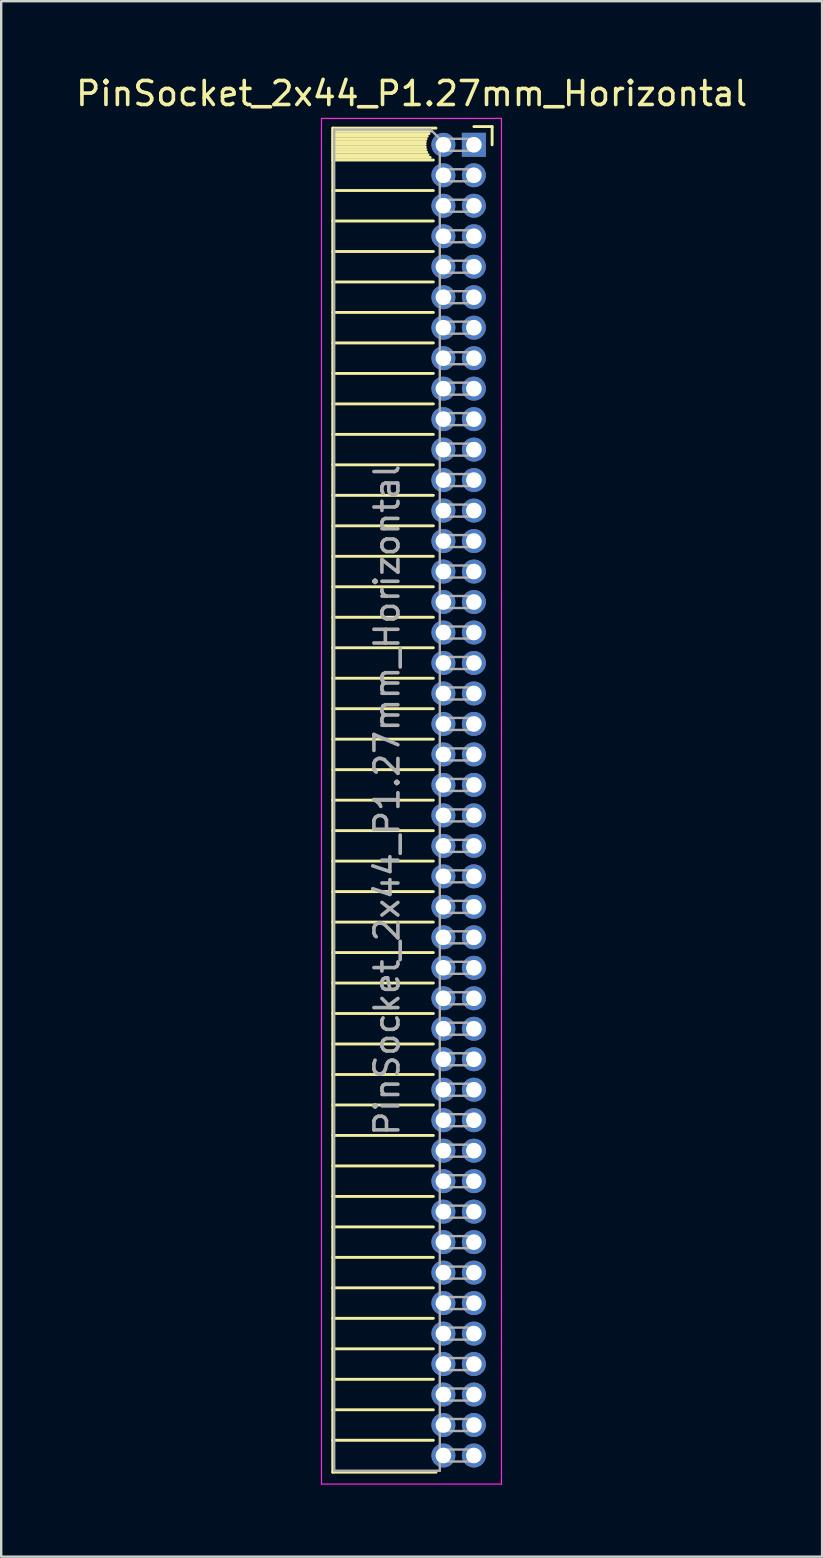
<source format=kicad_pcb>
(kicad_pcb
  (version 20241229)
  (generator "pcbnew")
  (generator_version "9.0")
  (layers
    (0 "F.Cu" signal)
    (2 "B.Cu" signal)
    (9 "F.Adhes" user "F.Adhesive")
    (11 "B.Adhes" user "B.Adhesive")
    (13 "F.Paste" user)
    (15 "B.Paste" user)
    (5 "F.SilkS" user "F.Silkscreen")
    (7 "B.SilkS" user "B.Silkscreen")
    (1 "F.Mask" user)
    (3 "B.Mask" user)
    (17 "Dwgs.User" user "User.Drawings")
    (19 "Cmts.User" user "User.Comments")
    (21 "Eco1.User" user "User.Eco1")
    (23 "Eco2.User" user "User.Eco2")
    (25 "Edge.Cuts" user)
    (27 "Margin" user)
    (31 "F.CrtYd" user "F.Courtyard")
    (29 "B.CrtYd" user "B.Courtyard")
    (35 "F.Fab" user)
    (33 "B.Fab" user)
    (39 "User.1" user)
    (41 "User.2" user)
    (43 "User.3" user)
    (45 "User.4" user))
  (footprint "PinSocket_2x44_P1.27mm_Horizontal"
    (layer "F.Cu")
    (at 16.694 2.983)
    (property "Reference" "PinSocket_2x44_P1.27mm_Horizontal" (at -2.592 -2.135 0) (layer "F.SilkS") (effects (font (size 1 1) (thickness 0.15))))
    (attr through_hole)
    (fp_line (start -5.88 -0.695) (end -5.88 55.305) (stroke (width 0.12) (type solid)) (layer "F.SilkS"))
    (fp_line (start -5.88 -0.695) (end -1.578 -0.695) (stroke (width 0.12) (type solid)) (layer "F.SilkS"))
    (fp_line (start -5.88 -0.575) (end -1.767 -0.575) (stroke (width 0.12) (type solid)) (layer "F.SilkS"))
    (fp_line (start -5.88 -0.465) (end -1.871 -0.465) (stroke (width 0.12) (type solid)) (layer "F.SilkS"))
    (fp_line (start -5.88 -0.355) (end -1.942 -0.355) (stroke (width 0.12) (type solid)) (layer "F.SilkS"))
    (fp_line (start -5.88 -0.245) (end -1.989 -0.245) (stroke (width 0.12) (type solid)) (layer "F.SilkS"))
    (fp_line (start -5.88 -0.135) (end -2.018 -0.135) (stroke (width 0.12) (type solid)) (layer "F.SilkS"))
    (fp_line (start -5.88 -0.025) (end -2.03 -0.025) (stroke (width 0.12) (type solid)) (layer "F.SilkS"))
    (fp_line (start -5.88 0.085) (end -2.025 0.085) (stroke (width 0.12) (type solid)) (layer "F.SilkS"))
    (fp_line (start -5.88 0.195) (end -2.005 0.195) (stroke (width 0.12) (type solid)) (layer "F.SilkS"))
    (fp_line (start -5.88 0.305) (end -1.966 0.305) (stroke (width 0.12) (type solid)) (layer "F.SilkS"))
    (fp_line (start -5.88 0.415) (end -1.907 0.415) (stroke (width 0.12) (type solid)) (layer "F.SilkS"))
    (fp_line (start -5.88 0.525) (end -1.82 0.525) (stroke (width 0.12) (type solid)) (layer "F.SilkS"))
    (fp_line (start -5.88 0.635) (end -1.688 0.635) (stroke (width 0.12) (type solid)) (layer "F.SilkS"))
    (fp_line (start -5.88 1.905) (end -1.688 1.905) (stroke (width 0.12) (type solid)) (layer "F.SilkS"))
    (fp_line (start -5.88 3.175) (end -1.688 3.175) (stroke (width 0.12) (type solid)) (layer "F.SilkS"))
    (fp_line (start -5.88 4.445) (end -1.688 4.445) (stroke (width 0.12) (type solid)) (layer "F.SilkS"))
    (fp_line (start -5.88 5.715) (end -1.688 5.715) (stroke (width 0.12) (type solid)) (layer "F.SilkS"))
    (fp_line (start -5.88 6.985) (end -1.688 6.985) (stroke (width 0.12) (type solid)) (layer "F.SilkS"))
    (fp_line (start -5.88 8.255) (end -1.688 8.255) (stroke (width 0.12) (type solid)) (layer "F.SilkS"))
    (fp_line (start -5.88 9.525) (end -1.688 9.525) (stroke (width 0.12) (type solid)) (layer "F.SilkS"))
    (fp_line (start -5.88 10.795) (end -1.688 10.795) (stroke (width 0.12) (type solid)) (layer "F.SilkS"))
    (fp_line (start -5.88 12.065) (end -1.688 12.065) (stroke (width 0.12) (type solid)) (layer "F.SilkS"))
    (fp_line (start -5.88 13.335) (end -1.688 13.335) (stroke (width 0.12) (type solid)) (layer "F.SilkS"))
    (fp_line (start -5.88 14.605) (end -1.688 14.605) (stroke (width 0.12) (type solid)) (layer "F.SilkS"))
    (fp_line (start -5.88 15.875) (end -1.688 15.875) (stroke (width 0.12) (type solid)) (layer "F.SilkS"))
    (fp_line (start -5.88 17.145) (end -1.688 17.145) (stroke (width 0.12) (type solid)) (layer "F.SilkS"))
    (fp_line (start -5.88 18.415) (end -1.688 18.415) (stroke (width 0.12) (type solid)) (layer "F.SilkS"))
    (fp_line (start -5.88 19.685) (end -1.688 19.685) (stroke (width 0.12) (type solid)) (layer "F.SilkS"))
    (fp_line (start -5.88 20.955) (end -1.688 20.955) (stroke (width 0.12) (type solid)) (layer "F.SilkS"))
    (fp_line (start -5.88 22.225) (end -1.688 22.225) (stroke (width 0.12) (type solid)) (layer "F.SilkS"))
    (fp_line (start -5.88 23.495) (end -1.688 23.495) (stroke (width 0.12) (type solid)) (layer "F.SilkS"))
    (fp_line (start -5.88 24.765) (end -1.688 24.765) (stroke (width 0.12) (type solid)) (layer "F.SilkS"))
    (fp_line (start -5.88 26.035) (end -1.688 26.035) (stroke (width 0.12) (type solid)) (layer "F.SilkS"))
    (fp_line (start -5.88 27.305) (end -1.688 27.305) (stroke (width 0.12) (type solid)) (layer "F.SilkS"))
    (fp_line (start -5.88 28.575) (end -1.688 28.575) (stroke (width 0.12) (type solid)) (layer "F.SilkS"))
    (fp_line (start -5.88 29.845) (end -1.688 29.845) (stroke (width 0.12) (type solid)) (layer "F.SilkS"))
    (fp_line (start -5.88 31.115) (end -1.688 31.115) (stroke (width 0.12) (type solid)) (layer "F.SilkS"))
    (fp_line (start -5.88 32.385) (end -1.688 32.385) (stroke (width 0.12) (type solid)) (layer "F.SilkS"))
    (fp_line (start -5.88 33.655) (end -1.688 33.655) (stroke (width 0.12) (type solid)) (layer "F.SilkS"))
    (fp_line (start -5.88 34.925) (end -1.688 34.925) (stroke (width 0.12) (type solid)) (layer "F.SilkS"))
    (fp_line (start -5.88 36.195) (end -1.688 36.195) (stroke (width 0.12) (type solid)) (layer "F.SilkS"))
    (fp_line (start -5.88 37.465) (end -1.688 37.465) (stroke (width 0.12) (type solid)) (layer "F.SilkS"))
    (fp_line (start -5.88 38.735) (end -1.688 38.735) (stroke (width 0.12) (type solid)) (layer "F.SilkS"))
    (fp_line (start -5.88 40.005) (end -1.688 40.005) (stroke (width 0.12) (type solid)) (layer "F.SilkS"))
    (fp_line (start -5.88 41.275) (end -1.688 41.275) (stroke (width 0.12) (type solid)) (layer "F.SilkS"))
    (fp_line (start -5.88 42.545) (end -1.688 42.545) (stroke (width 0.12) (type solid)) (layer "F.SilkS"))
    (fp_line (start -5.88 43.815) (end -1.688 43.815) (stroke (width 0.12) (type solid)) (layer "F.SilkS"))
    (fp_line (start -5.88 45.085) (end -1.688 45.085) (stroke (width 0.12) (type solid)) (layer "F.SilkS"))
    (fp_line (start -5.88 46.355) (end -1.688 46.355) (stroke (width 0.12) (type solid)) (layer "F.SilkS"))
    (fp_line (start -5.88 47.625) (end -1.688 47.625) (stroke (width 0.12) (type solid)) (layer "F.SilkS"))
    (fp_line (start -5.88 48.895) (end -1.688 48.895) (stroke (width 0.12) (type solid)) (layer "F.SilkS"))
    (fp_line (start -5.88 50.165) (end -1.688 50.165) (stroke (width 0.12) (type solid)) (layer "F.SilkS"))
    (fp_line (start -5.88 51.435) (end -1.688 51.435) (stroke (width 0.12) (type solid)) (layer "F.SilkS"))
    (fp_line (start -5.88 52.705) (end -1.688 52.705) (stroke (width 0.12) (type solid)) (layer "F.SilkS"))
    (fp_line (start -5.88 53.975) (end -1.688 53.975) (stroke (width 0.12) (type solid)) (layer "F.SilkS"))
    (fp_line (start -5.88 55.305) (end -1.578 55.305) (stroke (width 0.12) (type solid)) (layer "F.SilkS"))
    (fp_line (start 0 -0.76) (end 0.76 -0.76) (stroke (width 0.12) (type solid)) (layer "F.SilkS"))
    (fp_line (start 0.76 -0.76) (end 0.76 0) (stroke (width 0.12) (type solid)) (layer "F.SilkS"))
    (fp_line (start -6.35 -1.1) (end -6.35 55.8) (stroke (width 0.05) (type solid)) (layer "F.CrtYd"))
    (fp_line (start -6.35 55.8) (end 1.15 55.8) (stroke (width 0.05) (type solid)) (layer "F.CrtYd"))
    (fp_line (start 1.15 -1.1) (end -6.35 -1.1) (stroke (width 0.05) (type solid)) (layer "F.CrtYd"))
    (fp_line (start 1.15 55.8) (end 1.15 -1.1) (stroke (width 0.05) (type solid)) (layer "F.CrtYd"))
    (fp_line (start -5.82 -0.635) (end -1.805 -0.635) (stroke (width 0.1) (type solid)) (layer "F.Fab"))
    (fp_line (start -5.82 55.245) (end -5.82 -0.635) (stroke (width 0.1) (type solid)) (layer "F.Fab"))
    (fp_line (start -1.805 -0.635) (end -1.42 -0.25) (stroke (width 0.1) (type solid)) (layer "F.Fab"))
    (fp_line (start -1.42 -0.25) (end -1.42 55.245) (stroke (width 0.1) (type solid)) (layer "F.Fab"))
    (fp_line (start -1.42 0.25) (end 0 0.25) (stroke (width 0.1) (type solid)) (layer "F.Fab"))
    (fp_line (start -1.42 1.52) (end 0 1.52) (stroke (width 0.1) (type solid)) (layer "F.Fab"))
    (fp_line (start -1.42 2.79) (end 0 2.79) (stroke (width 0.1) (type solid)) (layer "F.Fab"))
    (fp_line (start -1.42 4.06) (end 0 4.06) (stroke (width 0.1) (type solid)) (layer "F.Fab"))
    (fp_line (start -1.42 5.33) (end 0 5.33) (stroke (width 0.1) (type solid)) (layer "F.Fab"))
    (fp_line (start -1.42 6.6) (end 0 6.6) (stroke (width 0.1) (type solid)) (layer "F.Fab"))
    (fp_line (start -1.42 7.87) (end 0 7.87) (stroke (width 0.1) (type solid)) (layer "F.Fab"))
    (fp_line (start -1.42 9.14) (end 0 9.14) (stroke (width 0.1) (type solid)) (layer "F.Fab"))
    (fp_line (start -1.42 10.41) (end 0 10.41) (stroke (width 0.1) (type solid)) (layer "F.Fab"))
    (fp_line (start -1.42 11.68) (end 0 11.68) (stroke (width 0.1) (type solid)) (layer "F.Fab"))
    (fp_line (start -1.42 12.95) (end 0 12.95) (stroke (width 0.1) (type solid)) (layer "F.Fab"))
    (fp_line (start -1.42 14.22) (end 0 14.22) (stroke (width 0.1) (type solid)) (layer "F.Fab"))
    (fp_line (start -1.42 15.49) (end 0 15.49) (stroke (width 0.1) (type solid)) (layer "F.Fab"))
    (fp_line (start -1.42 16.76) (end 0 16.76) (stroke (width 0.1) (type solid)) (layer "F.Fab"))
    (fp_line (start -1.42 18.03) (end 0 18.03) (stroke (width 0.1) (type solid)) (layer "F.Fab"))
    (fp_line (start -1.42 19.3) (end 0 19.3) (stroke (width 0.1) (type solid)) (layer "F.Fab"))
    (fp_line (start -1.42 20.57) (end 0 20.57) (stroke (width 0.1) (type solid)) (layer "F.Fab"))
    (fp_line (start -1.42 21.84) (end 0 21.84) (stroke (width 0.1) (type solid)) (layer "F.Fab"))
    (fp_line (start -1.42 23.11) (end 0 23.11) (stroke (width 0.1) (type solid)) (layer "F.Fab"))
    (fp_line (start -1.42 24.38) (end 0 24.38) (stroke (width 0.1) (type solid)) (layer "F.Fab"))
    (fp_line (start -1.42 25.65) (end 0 25.65) (stroke (width 0.1) (type solid)) (layer "F.Fab"))
    (fp_line (start -1.42 26.92) (end 0 26.92) (stroke (width 0.1) (type solid)) (layer "F.Fab"))
    (fp_line (start -1.42 28.19) (end 0 28.19) (stroke (width 0.1) (type solid)) (layer "F.Fab"))
    (fp_line (start -1.42 29.46) (end 0 29.46) (stroke (width 0.1) (type solid)) (layer "F.Fab"))
    (fp_line (start -1.42 30.73) (end 0 30.73) (stroke (width 0.1) (type solid)) (layer "F.Fab"))
    (fp_line (start -1.42 32) (end 0 32) (stroke (width 0.1) (type solid)) (layer "F.Fab"))
    (fp_line (start -1.42 33.27) (end 0 33.27) (stroke (width 0.1) (type solid)) (layer "F.Fab"))
    (fp_line (start -1.42 34.54) (end 0 34.54) (stroke (width 0.1) (type solid)) (layer "F.Fab"))
    (fp_line (start -1.42 35.81) (end 0 35.81) (stroke (width 0.1) (type solid)) (layer "F.Fab"))
    (fp_line (start -1.42 37.08) (end 0 37.08) (stroke (width 0.1) (type solid)) (layer "F.Fab"))
    (fp_line (start -1.42 38.35) (end 0 38.35) (stroke (width 0.1) (type solid)) (layer "F.Fab"))
    (fp_line (start -1.42 39.62) (end 0 39.62) (stroke (width 0.1) (type solid)) (layer "F.Fab"))
    (fp_line (start -1.42 40.89) (end 0 40.89) (stroke (width 0.1) (type solid)) (layer "F.Fab"))
    (fp_line (start -1.42 42.16) (end 0 42.16) (stroke (width 0.1) (type solid)) (layer "F.Fab"))
    (fp_line (start -1.42 43.43) (end 0 43.43) (stroke (width 0.1) (type solid)) (layer "F.Fab"))
    (fp_line (start -1.42 44.7) (end 0 44.7) (stroke (width 0.1) (type solid)) (layer "F.Fab"))
    (fp_line (start -1.42 45.97) (end 0 45.97) (stroke (width 0.1) (type solid)) (layer "F.Fab"))
    (fp_line (start -1.42 47.24) (end 0 47.24) (stroke (width 0.1) (type solid)) (layer "F.Fab"))
    (fp_line (start -1.42 48.51) (end 0 48.51) (stroke (width 0.1) (type solid)) (layer "F.Fab"))
    (fp_line (start -1.42 49.78) (end 0 49.78) (stroke (width 0.1) (type solid)) (layer "F.Fab"))
    (fp_line (start -1.42 51.05) (end 0 51.05) (stroke (width 0.1) (type solid)) (layer "F.Fab"))
    (fp_line (start -1.42 52.32) (end 0 52.32) (stroke (width 0.1) (type solid)) (layer "F.Fab"))
    (fp_line (start -1.42 53.59) (end 0 53.59) (stroke (width 0.1) (type solid)) (layer "F.Fab"))
    (fp_line (start -1.42 54.86) (end 0 54.86) (stroke (width 0.1) (type solid)) (layer "F.Fab"))
    (fp_line (start -1.42 55.245) (end -5.82 55.245) (stroke (width 0.1) (type solid)) (layer "F.Fab"))
    (fp_line (start 0 -0.25) (end -1.42 -0.25) (stroke (width 0.1) (type solid)) (layer "F.Fab"))
    (fp_line (start 0 0.25) (end 0 -0.25) (stroke (width 0.1) (type solid)) (layer "F.Fab"))
    (fp_line (start 0 1.02) (end -1.42 1.02) (stroke (width 0.1) (type solid)) (layer "F.Fab"))
    (fp_line (start 0 1.52) (end 0 1.02) (stroke (width 0.1) (type solid)) (layer "F.Fab"))
    (fp_line (start 0 2.29) (end -1.42 2.29) (stroke (width 0.1) (type solid)) (layer "F.Fab"))
    (fp_line (start 0 2.79) (end 0 2.29) (stroke (width 0.1) (type solid)) (layer "F.Fab"))
    (fp_line (start 0 3.56) (end -1.42 3.56) (stroke (width 0.1) (type solid)) (layer "F.Fab"))
    (fp_line (start 0 4.06) (end 0 3.56) (stroke (width 0.1) (type solid)) (layer "F.Fab"))
    (fp_line (start 0 4.83) (end -1.42 4.83) (stroke (width 0.1) (type solid)) (layer "F.Fab"))
    (fp_line (start 0 5.33) (end 0 4.83) (stroke (width 0.1) (type solid)) (layer "F.Fab"))
    (fp_line (start 0 6.1) (end -1.42 6.1) (stroke (width 0.1) (type solid)) (layer "F.Fab"))
    (fp_line (start 0 6.6) (end 0 6.1) (stroke (width 0.1) (type solid)) (layer "F.Fab"))
    (fp_line (start 0 7.37) (end -1.42 7.37) (stroke (width 0.1) (type solid)) (layer "F.Fab"))
    (fp_line (start 0 7.87) (end 0 7.37) (stroke (width 0.1) (type solid)) (layer "F.Fab"))
    (fp_line (start 0 8.64) (end -1.42 8.64) (stroke (width 0.1) (type solid)) (layer "F.Fab"))
    (fp_line (start 0 9.14) (end 0 8.64) (stroke (width 0.1) (type solid)) (layer "F.Fab"))
    (fp_line (start 0 9.91) (end -1.42 9.91) (stroke (width 0.1) (type solid)) (layer "F.Fab"))
    (fp_line (start 0 10.41) (end 0 9.91) (stroke (width 0.1) (type solid)) (layer "F.Fab"))
    (fp_line (start 0 11.18) (end -1.42 11.18) (stroke (width 0.1) (type solid)) (layer "F.Fab"))
    (fp_line (start 0 11.68) (end 0 11.18) (stroke (width 0.1) (type solid)) (layer "F.Fab"))
    (fp_line (start 0 12.45) (end -1.42 12.45) (stroke (width 0.1) (type solid)) (layer "F.Fab"))
    (fp_line (start 0 12.95) (end 0 12.45) (stroke (width 0.1) (type solid)) (layer "F.Fab"))
    (fp_line (start 0 13.72) (end -1.42 13.72) (stroke (width 0.1) (type solid)) (layer "F.Fab"))
    (fp_line (start 0 14.22) (end 0 13.72) (stroke (width 0.1) (type solid)) (layer "F.Fab"))
    (fp_line (start 0 14.99) (end -1.42 14.99) (stroke (width 0.1) (type solid)) (layer "F.Fab"))
    (fp_line (start 0 15.49) (end 0 14.99) (stroke (width 0.1) (type solid)) (layer "F.Fab"))
    (fp_line (start 0 16.26) (end -1.42 16.26) (stroke (width 0.1) (type solid)) (layer "F.Fab"))
    (fp_line (start 0 16.76) (end 0 16.26) (stroke (width 0.1) (type solid)) (layer "F.Fab"))
    (fp_line (start 0 17.53) (end -1.42 17.53) (stroke (width 0.1) (type solid)) (layer "F.Fab"))
    (fp_line (start 0 18.03) (end 0 17.53) (stroke (width 0.1) (type solid)) (layer "F.Fab"))
    (fp_line (start 0 18.8) (end -1.42 18.8) (stroke (width 0.1) (type solid)) (layer "F.Fab"))
    (fp_line (start 0 19.3) (end 0 18.8) (stroke (width 0.1) (type solid)) (layer "F.Fab"))
    (fp_line (start 0 20.07) (end -1.42 20.07) (stroke (width 0.1) (type solid)) (layer "F.Fab"))
    (fp_line (start 0 20.57) (end 0 20.07) (stroke (width 0.1) (type solid)) (layer "F.Fab"))
    (fp_line (start 0 21.34) (end -1.42 21.34) (stroke (width 0.1) (type solid)) (layer "F.Fab"))
    (fp_line (start 0 21.84) (end 0 21.34) (stroke (width 0.1) (type solid)) (layer "F.Fab"))
    (fp_line (start 0 22.61) (end -1.42 22.61) (stroke (width 0.1) (type solid)) (layer "F.Fab"))
    (fp_line (start 0 23.11) (end 0 22.61) (stroke (width 0.1) (type solid)) (layer "F.Fab"))
    (fp_line (start 0 23.88) (end -1.42 23.88) (stroke (width 0.1) (type solid)) (layer "F.Fab"))
    (fp_line (start 0 24.38) (end 0 23.88) (stroke (width 0.1) (type solid)) (layer "F.Fab"))
    (fp_line (start 0 25.15) (end -1.42 25.15) (stroke (width 0.1) (type solid)) (layer "F.Fab"))
    (fp_line (start 0 25.65) (end 0 25.15) (stroke (width 0.1) (type solid)) (layer "F.Fab"))
    (fp_line (start 0 26.42) (end -1.42 26.42) (stroke (width 0.1) (type solid)) (layer "F.Fab"))
    (fp_line (start 0 26.92) (end 0 26.42) (stroke (width 0.1) (type solid)) (layer "F.Fab"))
    (fp_line (start 0 27.69) (end -1.42 27.69) (stroke (width 0.1) (type solid)) (layer "F.Fab"))
    (fp_line (start 0 28.19) (end 0 27.69) (stroke (width 0.1) (type solid)) (layer "F.Fab"))
    (fp_line (start 0 28.96) (end -1.42 28.96) (stroke (width 0.1) (type solid)) (layer "F.Fab"))
    (fp_line (start 0 29.46) (end 0 28.96) (stroke (width 0.1) (type solid)) (layer "F.Fab"))
    (fp_line (start 0 30.23) (end -1.42 30.23) (stroke (width 0.1) (type solid)) (layer "F.Fab"))
    (fp_line (start 0 30.73) (end 0 30.23) (stroke (width 0.1) (type solid)) (layer "F.Fab"))
    (fp_line (start 0 31.5) (end -1.42 31.5) (stroke (width 0.1) (type solid)) (layer "F.Fab"))
    (fp_line (start 0 32) (end 0 31.5) (stroke (width 0.1) (type solid)) (layer "F.Fab"))
    (fp_line (start 0 32.77) (end -1.42 32.77) (stroke (width 0.1) (type solid)) (layer "F.Fab"))
    (fp_line (start 0 33.27) (end 0 32.77) (stroke (width 0.1) (type solid)) (layer "F.Fab"))
    (fp_line (start 0 34.04) (end -1.42 34.04) (stroke (width 0.1) (type solid)) (layer "F.Fab"))
    (fp_line (start 0 34.54) (end 0 34.04) (stroke (width 0.1) (type solid)) (layer "F.Fab"))
    (fp_line (start 0 35.31) (end -1.42 35.31) (stroke (width 0.1) (type solid)) (layer "F.Fab"))
    (fp_line (start 0 35.81) (end 0 35.31) (stroke (width 0.1) (type solid)) (layer "F.Fab"))
    (fp_line (start 0 36.58) (end -1.42 36.58) (stroke (width 0.1) (type solid)) (layer "F.Fab"))
    (fp_line (start 0 37.08) (end 0 36.58) (stroke (width 0.1) (type solid)) (layer "F.Fab"))
    (fp_line (start 0 37.85) (end -1.42 37.85) (stroke (width 0.1) (type solid)) (layer "F.Fab"))
    (fp_line (start 0 38.35) (end 0 37.85) (stroke (width 0.1) (type solid)) (layer "F.Fab"))
    (fp_line (start 0 39.12) (end -1.42 39.12) (stroke (width 0.1) (type solid)) (layer "F.Fab"))
    (fp_line (start 0 39.62) (end 0 39.12) (stroke (width 0.1) (type solid)) (layer "F.Fab"))
    (fp_line (start 0 40.39) (end -1.42 40.39) (stroke (width 0.1) (type solid)) (layer "F.Fab"))
    (fp_line (start 0 40.89) (end 0 40.39) (stroke (width 0.1) (type solid)) (layer "F.Fab"))
    (fp_line (start 0 41.66) (end -1.42 41.66) (stroke (width 0.1) (type solid)) (layer "F.Fab"))
    (fp_line (start 0 42.16) (end 0 41.66) (stroke (width 0.1) (type solid)) (layer "F.Fab"))
    (fp_line (start 0 42.93) (end -1.42 42.93) (stroke (width 0.1) (type solid)) (layer "F.Fab"))
    (fp_line (start 0 43.43) (end 0 42.93) (stroke (width 0.1) (type solid)) (layer "F.Fab"))
    (fp_line (start 0 44.2) (end -1.42 44.2) (stroke (width 0.1) (type solid)) (layer "F.Fab"))
    (fp_line (start 0 44.7) (end 0 44.2) (stroke (width 0.1) (type solid)) (layer "F.Fab"))
    (fp_line (start 0 45.47) (end -1.42 45.47) (stroke (width 0.1) (type solid)) (layer "F.Fab"))
    (fp_line (start 0 45.97) (end 0 45.47) (stroke (width 0.1) (type solid)) (layer "F.Fab"))
    (fp_line (start 0 46.74) (end -1.42 46.74) (stroke (width 0.1) (type solid)) (layer "F.Fab"))
    (fp_line (start 0 47.24) (end 0 46.74) (stroke (width 0.1) (type solid)) (layer "F.Fab"))
    (fp_line (start 0 48.01) (end -1.42 48.01) (stroke (width 0.1) (type solid)) (layer "F.Fab"))
    (fp_line (start 0 48.51) (end 0 48.01) (stroke (width 0.1) (type solid)) (layer "F.Fab"))
    (fp_line (start 0 49.28) (end -1.42 49.28) (stroke (width 0.1) (type solid)) (layer "F.Fab"))
    (fp_line (start 0 49.78) (end 0 49.28) (stroke (width 0.1) (type solid)) (layer "F.Fab"))
    (fp_line (start 0 50.55) (end -1.42 50.55) (stroke (width 0.1) (type solid)) (layer "F.Fab"))
    (fp_line (start 0 51.05) (end 0 50.55) (stroke (width 0.1) (type solid)) (layer "F.Fab"))
    (fp_line (start 0 51.82) (end -1.42 51.82) (stroke (width 0.1) (type solid)) (layer "F.Fab"))
    (fp_line (start 0 52.32) (end 0 51.82) (stroke (width 0.1) (type solid)) (layer "F.Fab"))
    (fp_line (start 0 53.09) (end -1.42 53.09) (stroke (width 0.1) (type solid)) (layer "F.Fab"))
    (fp_line (start 0 53.59) (end 0 53.09) (stroke (width 0.1) (type solid)) (layer "F.Fab"))
    (fp_line (start 0 54.36) (end -1.42 54.36) (stroke (width 0.1) (type solid)) (layer "F.Fab"))
    (fp_line (start 0 54.86) (end 0 54.36) (stroke (width 0.1) (type solid)) (layer "F.Fab"))
    (fp_text user "${REFERENCE}" (at -3.62 27.305 90) (layer "F.Fab") (effects (font (size 1 1) (thickness 0.15))))
    (pad "1" thru_hole rect (at 0 0) (size 1 1) (drill 0.65) (layers "*.Cu" "*.Mask"))
    (pad "2" thru_hole oval (at -1.27 0) (size 1 1) (drill 0.65) (layers "*.Cu" "*.Mask"))
    (pad "3" thru_hole oval (at 0 1.27) (size 1 1) (drill 0.65) (layers "*.Cu" "*.Mask"))
    (pad "4" thru_hole oval (at -1.27 1.27) (size 1 1) (drill 0.65) (layers "*.Cu" "*.Mask"))
    (pad "5" thru_hole oval (at 0 2.54) (size 1 1) (drill 0.65) (layers "*.Cu" "*.Mask"))
    (pad "6" thru_hole oval (at -1.27 2.54) (size 1 1) (drill 0.65) (layers "*.Cu" "*.Mask"))
    (pad "7" thru_hole oval (at 0 3.81) (size 1 1) (drill 0.65) (layers "*.Cu" "*.Mask"))
    (pad "8" thru_hole oval (at -1.27 3.81) (size 1 1) (drill 0.65) (layers "*.Cu" "*.Mask"))
    (pad "9" thru_hole oval (at 0 5.08) (size 1 1) (drill 0.65) (layers "*.Cu" "*.Mask"))
    (pad "10" thru_hole oval (at -1.27 5.08) (size 1 1) (drill 0.65) (layers "*.Cu" "*.Mask"))
    (pad "11" thru_hole oval (at 0 6.35) (size 1 1) (drill 0.65) (layers "*.Cu" "*.Mask"))
    (pad "12" thru_hole oval (at -1.27 6.35) (size 1 1) (drill 0.65) (layers "*.Cu" "*.Mask"))
    (pad "13" thru_hole oval (at 0 7.62) (size 1 1) (drill 0.65) (layers "*.Cu" "*.Mask"))
    (pad "14" thru_hole oval (at -1.27 7.62) (size 1 1) (drill 0.65) (layers "*.Cu" "*.Mask"))
    (pad "15" thru_hole oval (at 0 8.89) (size 1 1) (drill 0.65) (layers "*.Cu" "*.Mask"))
    (pad "16" thru_hole oval (at -1.27 8.89) (size 1 1) (drill 0.65) (layers "*.Cu" "*.Mask"))
    (pad "17" thru_hole oval (at 0 10.16) (size 1 1) (drill 0.65) (layers "*.Cu" "*.Mask"))
    (pad "18" thru_hole oval (at -1.27 10.16) (size 1 1) (drill 0.65) (layers "*.Cu" "*.Mask"))
    (pad "19" thru_hole oval (at 0 11.43) (size 1 1) (drill 0.65) (layers "*.Cu" "*.Mask"))
    (pad "20" thru_hole oval (at -1.27 11.43) (size 1 1) (drill 0.65) (layers "*.Cu" "*.Mask"))
    (pad "21" thru_hole oval (at 0 12.7) (size 1 1) (drill 0.65) (layers "*.Cu" "*.Mask"))
    (pad "22" thru_hole oval (at -1.27 12.7) (size 1 1) (drill 0.65) (layers "*.Cu" "*.Mask"))
    (pad "23" thru_hole oval (at 0 13.97) (size 1 1) (drill 0.65) (layers "*.Cu" "*.Mask"))
    (pad "24" thru_hole oval (at -1.27 13.97) (size 1 1) (drill 0.65) (layers "*.Cu" "*.Mask"))
    (pad "25" thru_hole oval (at 0 15.24) (size 1 1) (drill 0.65) (layers "*.Cu" "*.Mask"))
    (pad "26" thru_hole oval (at -1.27 15.24) (size 1 1) (drill 0.65) (layers "*.Cu" "*.Mask"))
    (pad "27" thru_hole oval (at 0 16.51) (size 1 1) (drill 0.65) (layers "*.Cu" "*.Mask"))
    (pad "28" thru_hole oval (at -1.27 16.51) (size 1 1) (drill 0.65) (layers "*.Cu" "*.Mask"))
    (pad "29" thru_hole oval (at 0 17.78) (size 1 1) (drill 0.65) (layers "*.Cu" "*.Mask"))
    (pad "30" thru_hole oval (at -1.27 17.78) (size 1 1) (drill 0.65) (layers "*.Cu" "*.Mask"))
    (pad "31" thru_hole oval (at 0 19.05) (size 1 1) (drill 0.65) (layers "*.Cu" "*.Mask"))
    (pad "32" thru_hole oval (at -1.27 19.05) (size 1 1) (drill 0.65) (layers "*.Cu" "*.Mask"))
    (pad "33" thru_hole oval (at 0 20.32) (size 1 1) (drill 0.65) (layers "*.Cu" "*.Mask"))
    (pad "34" thru_hole oval (at -1.27 20.32) (size 1 1) (drill 0.65) (layers "*.Cu" "*.Mask"))
    (pad "35" thru_hole oval (at 0 21.59) (size 1 1) (drill 0.65) (layers "*.Cu" "*.Mask"))
    (pad "36" thru_hole oval (at -1.27 21.59) (size 1 1) (drill 0.65) (layers "*.Cu" "*.Mask"))
    (pad "37" thru_hole oval (at 0 22.86) (size 1 1) (drill 0.65) (layers "*.Cu" "*.Mask"))
    (pad "38" thru_hole oval (at -1.27 22.86) (size 1 1) (drill 0.65) (layers "*.Cu" "*.Mask"))
    (pad "39" thru_hole oval (at 0 24.13) (size 1 1) (drill 0.65) (layers "*.Cu" "*.Mask"))
    (pad "40" thru_hole oval (at -1.27 24.13) (size 1 1) (drill 0.65) (layers "*.Cu" "*.Mask"))
    (pad "41" thru_hole oval (at 0 25.4) (size 1 1) (drill 0.65) (layers "*.Cu" "*.Mask"))
    (pad "42" thru_hole oval (at -1.27 25.4) (size 1 1) (drill 0.65) (layers "*.Cu" "*.Mask"))
    (pad "43" thru_hole oval (at 0 26.67) (size 1 1) (drill 0.65) (layers "*.Cu" "*.Mask"))
    (pad "44" thru_hole oval (at -1.27 26.67) (size 1 1) (drill 0.65) (layers "*.Cu" "*.Mask"))
    (pad "45" thru_hole oval (at 0 27.94) (size 1 1) (drill 0.65) (layers "*.Cu" "*.Mask"))
    (pad "46" thru_hole oval (at -1.27 27.94) (size 1 1) (drill 0.65) (layers "*.Cu" "*.Mask"))
    (pad "47" thru_hole oval (at 0 29.21) (size 1 1) (drill 0.65) (layers "*.Cu" "*.Mask"))
    (pad "48" thru_hole oval (at -1.27 29.21) (size 1 1) (drill 0.65) (layers "*.Cu" "*.Mask"))
    (pad "49" thru_hole oval (at 0 30.48) (size 1 1) (drill 0.65) (layers "*.Cu" "*.Mask"))
    (pad "50" thru_hole oval (at -1.27 30.48) (size 1 1) (drill 0.65) (layers "*.Cu" "*.Mask"))
    (pad "51" thru_hole oval (at 0 31.75) (size 1 1) (drill 0.65) (layers "*.Cu" "*.Mask"))
    (pad "52" thru_hole oval (at -1.27 31.75) (size 1 1) (drill 0.65) (layers "*.Cu" "*.Mask"))
    (pad "53" thru_hole oval (at 0 33.02) (size 1 1) (drill 0.65) (layers "*.Cu" "*.Mask"))
    (pad "54" thru_hole oval (at -1.27 33.02) (size 1 1) (drill 0.65) (layers "*.Cu" "*.Mask"))
    (pad "55" thru_hole oval (at 0 34.29) (size 1 1) (drill 0.65) (layers "*.Cu" "*.Mask"))
    (pad "56" thru_hole oval (at -1.27 34.29) (size 1 1) (drill 0.65) (layers "*.Cu" "*.Mask"))
    (pad "57" thru_hole oval (at 0 35.56) (size 1 1) (drill 0.65) (layers "*.Cu" "*.Mask"))
    (pad "58" thru_hole oval (at -1.27 35.56) (size 1 1) (drill 0.65) (layers "*.Cu" "*.Mask"))
    (pad "59" thru_hole oval (at 0 36.83) (size 1 1) (drill 0.65) (layers "*.Cu" "*.Mask"))
    (pad "60" thru_hole oval (at -1.27 36.83) (size 1 1) (drill 0.65) (layers "*.Cu" "*.Mask"))
    (pad "61" thru_hole oval (at 0 38.1) (size 1 1) (drill 0.65) (layers "*.Cu" "*.Mask"))
    (pad "62" thru_hole oval (at -1.27 38.1) (size 1 1) (drill 0.65) (layers "*.Cu" "*.Mask"))
    (pad "63" thru_hole oval (at 0 39.37) (size 1 1) (drill 0.65) (layers "*.Cu" "*.Mask"))
    (pad "64" thru_hole oval (at -1.27 39.37) (size 1 1) (drill 0.65) (layers "*.Cu" "*.Mask"))
    (pad "65" thru_hole oval (at 0 40.64) (size 1 1) (drill 0.65) (layers "*.Cu" "*.Mask"))
    (pad "66" thru_hole oval (at -1.27 40.64) (size 1 1) (drill 0.65) (layers "*.Cu" "*.Mask"))
    (pad "67" thru_hole oval (at 0 41.91) (size 1 1) (drill 0.65) (layers "*.Cu" "*.Mask"))
    (pad "68" thru_hole oval (at -1.27 41.91) (size 1 1) (drill 0.65) (layers "*.Cu" "*.Mask"))
    (pad "69" thru_hole oval (at 0 43.18) (size 1 1) (drill 0.65) (layers "*.Cu" "*.Mask"))
    (pad "70" thru_hole oval (at -1.27 43.18) (size 1 1) (drill 0.65) (layers "*.Cu" "*.Mask"))
    (pad "71" thru_hole oval (at 0 44.45) (size 1 1) (drill 0.65) (layers "*.Cu" "*.Mask"))
    (pad "72" thru_hole oval (at -1.27 44.45) (size 1 1) (drill 0.65) (layers "*.Cu" "*.Mask"))
    (pad "73" thru_hole oval (at 0 45.72) (size 1 1) (drill 0.65) (layers "*.Cu" "*.Mask"))
    (pad "74" thru_hole oval (at -1.27 45.72) (size 1 1) (drill 0.65) (layers "*.Cu" "*.Mask"))
    (pad "75" thru_hole oval (at 0 46.99) (size 1 1) (drill 0.65) (layers "*.Cu" "*.Mask"))
    (pad "76" thru_hole oval (at -1.27 46.99) (size 1 1) (drill 0.65) (layers "*.Cu" "*.Mask"))
    (pad "77" thru_hole oval (at 0 48.26) (size 1 1) (drill 0.65) (layers "*.Cu" "*.Mask"))
    (pad "78" thru_hole oval (at -1.27 48.26) (size 1 1) (drill 0.65) (layers "*.Cu" "*.Mask"))
    (pad "79" thru_hole oval (at 0 49.53) (size 1 1) (drill 0.65) (layers "*.Cu" "*.Mask"))
    (pad "80" thru_hole oval (at -1.27 49.53) (size 1 1) (drill 0.65) (layers "*.Cu" "*.Mask"))
    (pad "81" thru_hole oval (at 0 50.8) (size 1 1) (drill 0.65) (layers "*.Cu" "*.Mask"))
    (pad "82" thru_hole oval (at -1.27 50.8) (size 1 1) (drill 0.65) (layers "*.Cu" "*.Mask"))
    (pad "83" thru_hole oval (at 0 52.07) (size 1 1) (drill 0.65) (layers "*.Cu" "*.Mask"))
    (pad "84" thru_hole oval (at -1.27 52.07) (size 1 1) (drill 0.65) (layers "*.Cu" "*.Mask"))
    (pad "85" thru_hole oval (at 0 53.34) (size 1 1) (drill 0.65) (layers "*.Cu" "*.Mask"))
    (pad "86" thru_hole oval (at -1.27 53.34) (size 1 1) (drill 0.65) (layers "*.Cu" "*.Mask"))
    (pad "87" thru_hole oval (at 0 54.61) (size 1 1) (drill 0.65) (layers "*.Cu" "*.Mask"))
    (pad "88" thru_hole oval (at -1.27 54.61) (size 1 1) (drill 0.65) (layers "*.Cu" "*.Mask")))
  (gr_rect
    (start -3 -3)
    (end 31.202 61.808)
    (stroke (width 0.1) (type default))
    (fill no)
    (layer "Edge.Cuts")))
</source>
